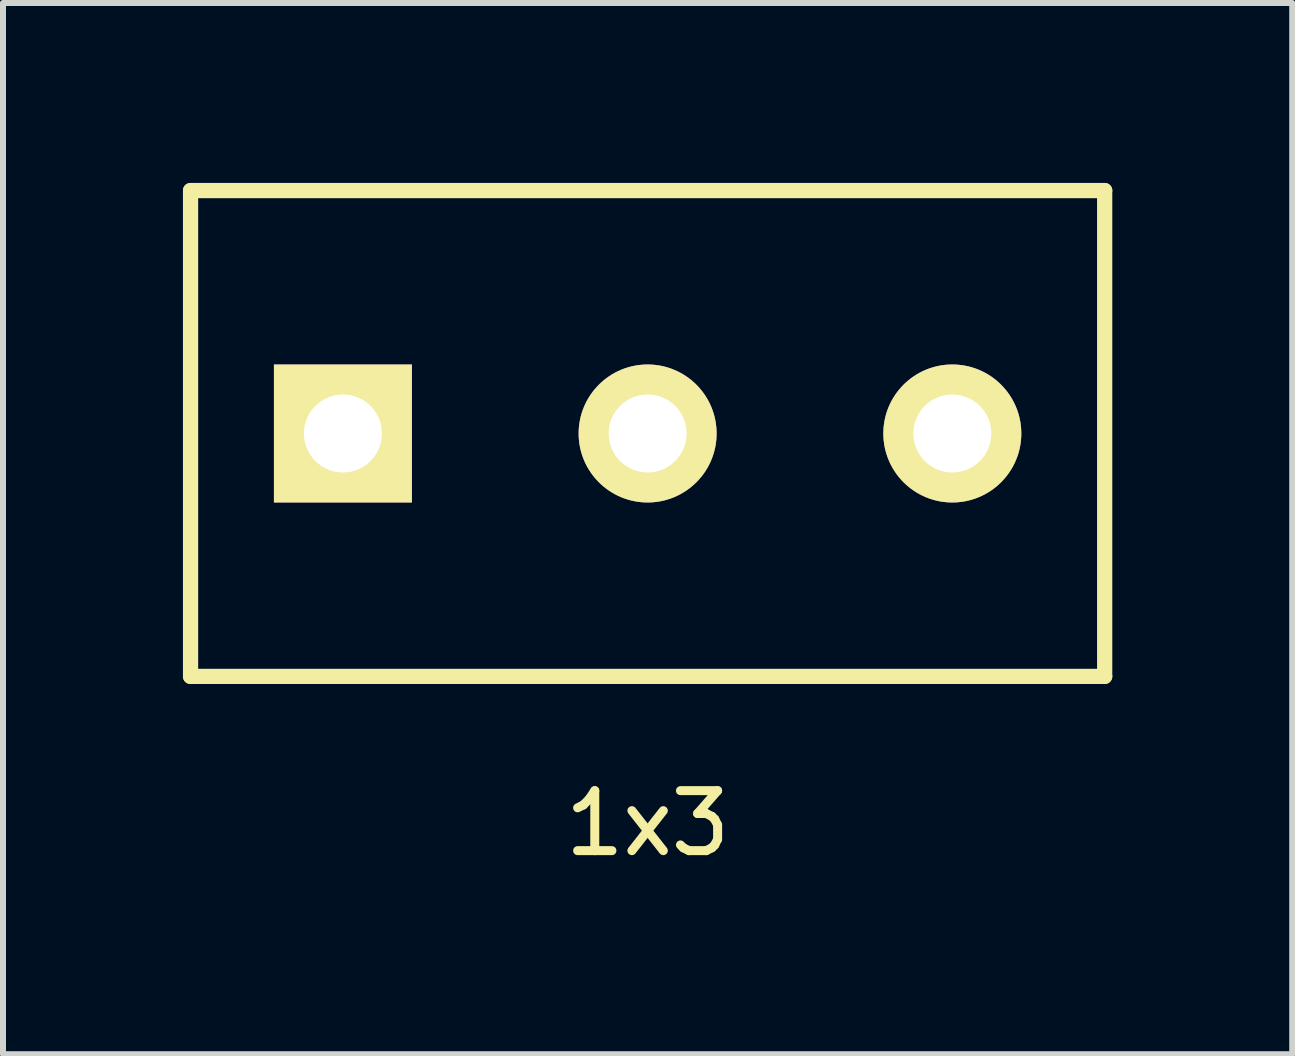
<source format=kicad_pcb>
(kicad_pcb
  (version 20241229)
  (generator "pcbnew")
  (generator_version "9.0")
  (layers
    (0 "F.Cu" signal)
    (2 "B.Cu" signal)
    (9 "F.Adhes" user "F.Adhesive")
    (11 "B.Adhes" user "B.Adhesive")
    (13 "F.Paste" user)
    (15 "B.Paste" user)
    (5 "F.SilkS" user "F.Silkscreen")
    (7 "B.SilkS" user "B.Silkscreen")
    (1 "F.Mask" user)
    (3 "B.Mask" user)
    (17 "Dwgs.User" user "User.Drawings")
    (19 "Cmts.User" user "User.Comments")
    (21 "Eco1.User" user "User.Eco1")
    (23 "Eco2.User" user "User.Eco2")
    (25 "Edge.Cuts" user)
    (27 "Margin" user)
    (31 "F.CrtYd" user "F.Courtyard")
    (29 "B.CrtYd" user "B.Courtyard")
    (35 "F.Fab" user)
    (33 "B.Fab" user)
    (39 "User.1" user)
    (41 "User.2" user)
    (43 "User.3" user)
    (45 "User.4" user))
  (footprint "1x3"
    (layer "F.Cu")
    (at 7.747 4.177)
    (property "Reference" "1x3" (at 0 6.5 0) (layer "F.SilkS") (effects (font (size 1 1) (thickness 0.15))))
    (attr through_hole)
    (fp_line (start -7.62 -4.05) (end -7.62 4.05) (stroke (width 0.254) (type solid)) (layer "F.SilkS"))
    (fp_line (start -7.62 4.05) (end 7.62 4.05) (stroke (width 0.254) (type solid)) (layer "F.SilkS"))
    (fp_line (start 7.62 -4.05) (end -7.62 -4.05) (stroke (width 0.254) (type solid)) (layer "F.SilkS"))
    (fp_line (start 7.62 4.05) (end 7.62 -4.05) (stroke (width 0.254) (type solid)) (layer "F.SilkS"))
    (pad "1" thru_hole rect (at -5.08 0) (size 2.3 2.3) (drill 1.3) (layers "*.Cu" "*.Mask" "F.SilkS"))
    (pad "2" thru_hole circle (at 0 0) (size 2.3 2.3) (drill 1.3) (layers "*.Cu" "*.Mask" "F.SilkS"))
    (pad "3" thru_hole circle (at 5.08 0) (size 2.3 2.3) (drill 1.3) (layers "*.Cu" "*.Mask" "F.SilkS")))
  (gr_rect
    (start -3 -3)
    (end 18.494 14.525)
    (stroke (width 0.1) (type default))
    (fill no)
    (layer "Edge.Cuts")))
</source>
